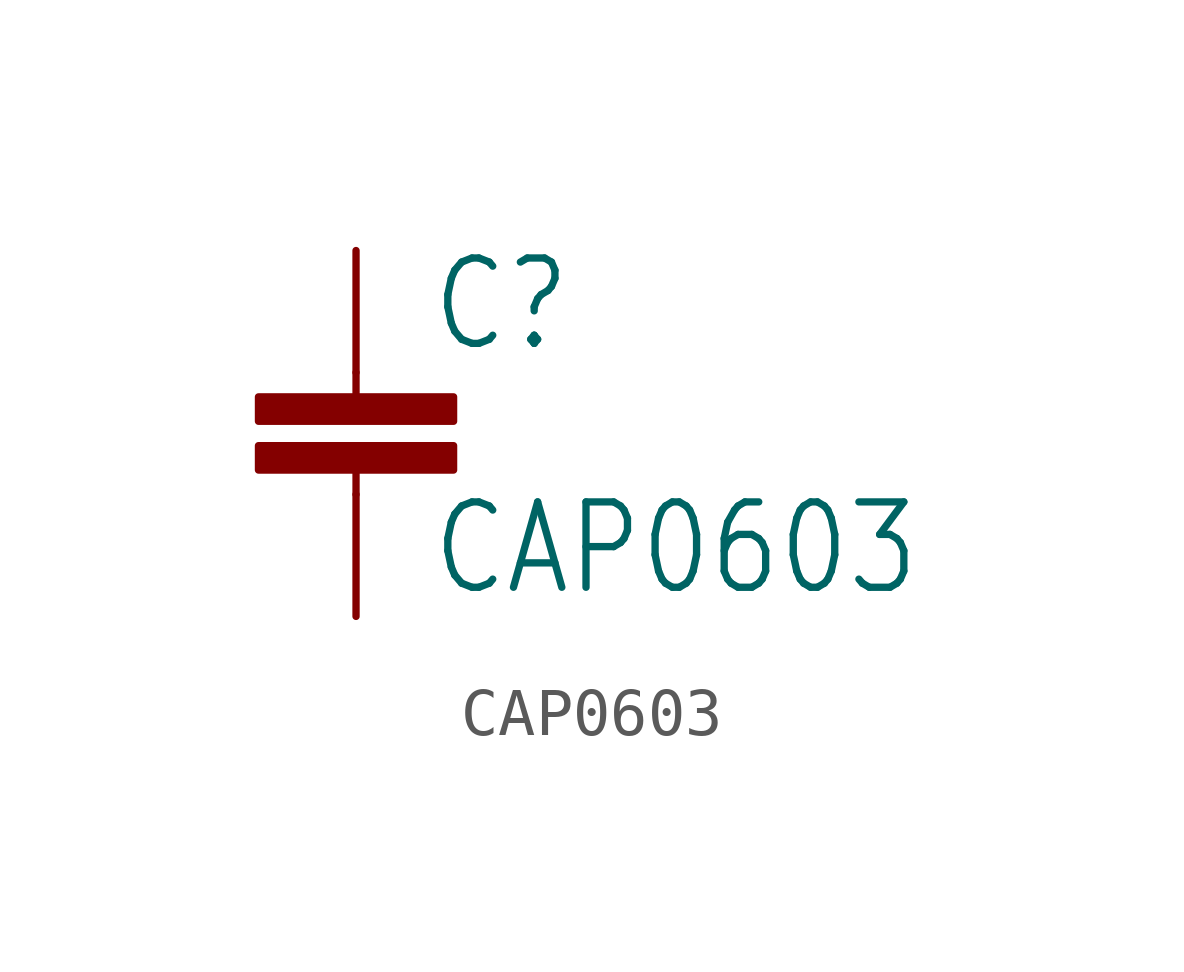
<source format=kicad_sym>
(kicad_symbol_lib
  (version 20211014)
  (generator kicad_symbol_editor)
  (symbol "CAP0603"
    (property "Reference" "C"
      (at 1.524 2.921 0)
      (effects (font (size 1.778 1.511)) (justify left bottom)))
    (property "Value" "CAP0603"
      (at 1.524 -2.159 0)
      (effects (font (size 1.778 1.511)) (justify left bottom)))
    (property "ki_locked" ""
      (at 0 0 0)
      (effects (font (size 1.27 1.27))))
    (symbol "CAP0603_1_0"
      (rectangle (start -2.032 0.508) (end 2.032 1.016) (stroke (width 0) (type default) (color 0 0 0 0)) (fill (type outline)))
      (rectangle (start -2.032 1.524) (end 2.032 2.032) (stroke (width 0) (type default) (color 0 0 0 0)) (fill (type outline)))
      (polyline (pts (xy 0 0) (xy 0 0.508)) (stroke (width 0.152) (type default) (color 0 0 0 0)) (fill (type none)))
      (polyline (pts (xy 0 2.54) (xy 0 2.032)) (stroke (width 0.152) (type default) (color 0 0 0 0)) (fill (type none)))
      (pin passive line (at 0 5.08 270) (length 2.54) (name "1" (effects (font (size 0 0)))) (number "1" (effects (font (size 0 0)))))
      (pin passive line (at 0 -2.54 90) (length 2.54) (name "2" (effects (font (size 0 0)))) (number "2" (effects (font (size 0 0))))))))
</source>
